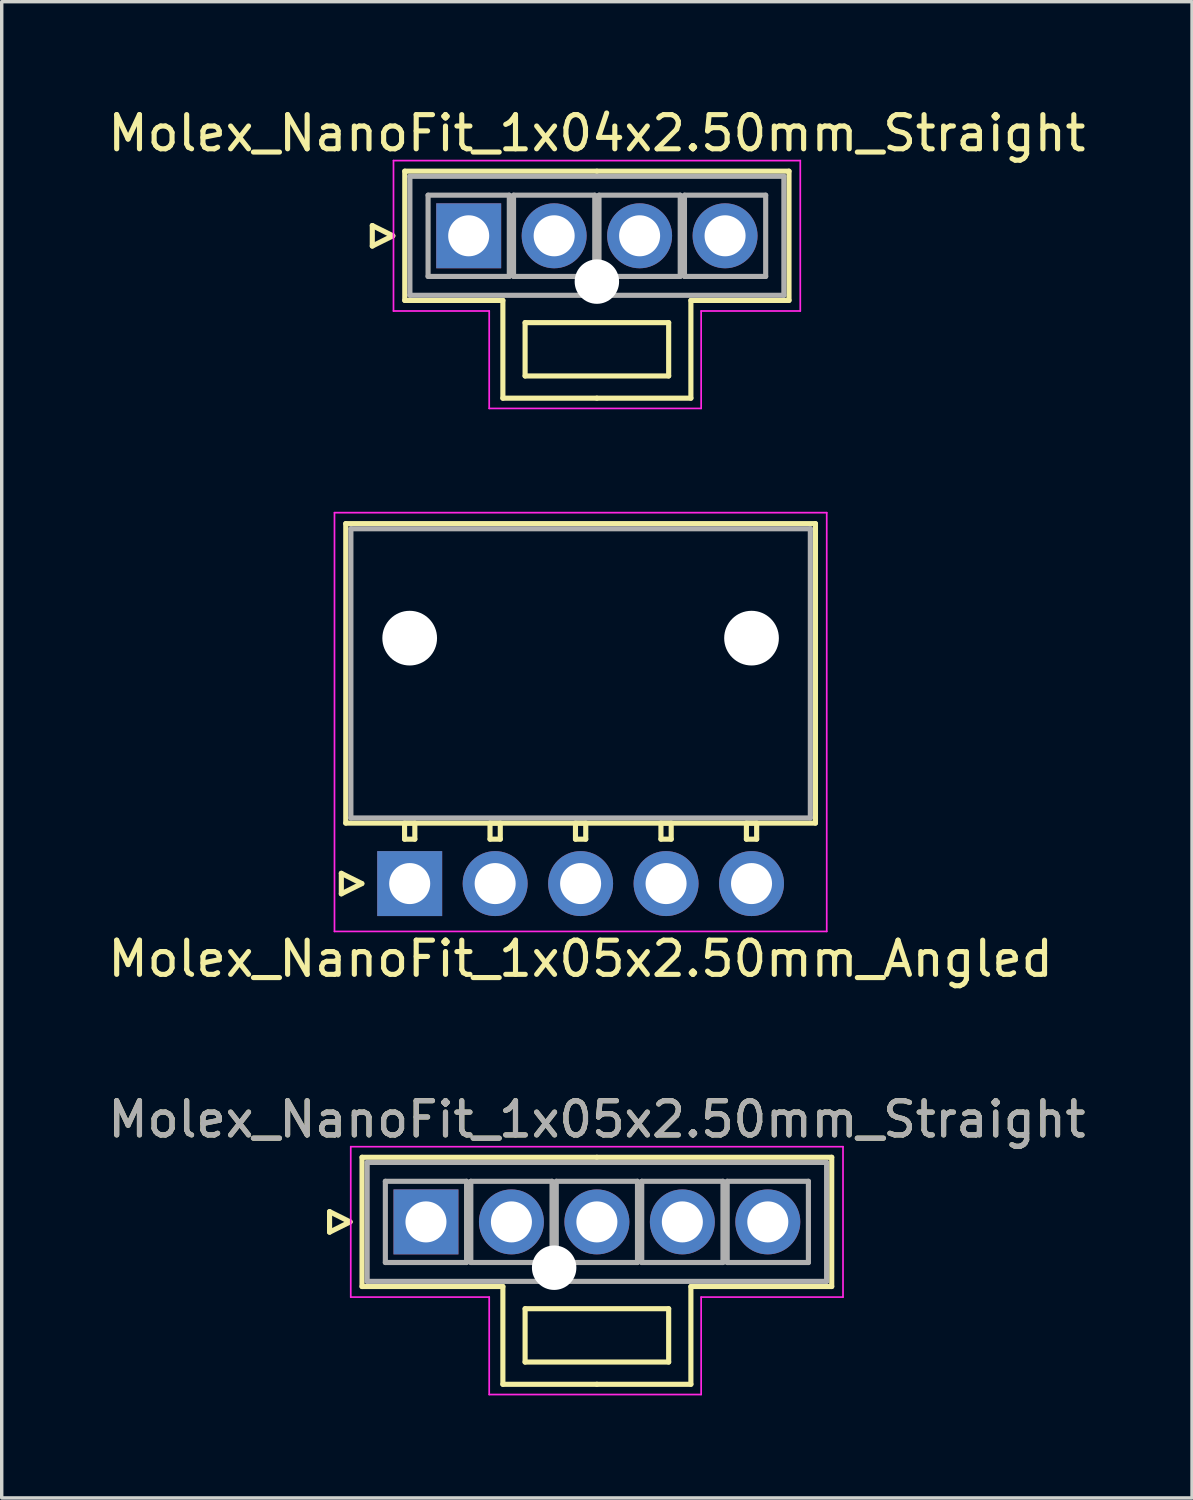
<source format=kicad_pcb>
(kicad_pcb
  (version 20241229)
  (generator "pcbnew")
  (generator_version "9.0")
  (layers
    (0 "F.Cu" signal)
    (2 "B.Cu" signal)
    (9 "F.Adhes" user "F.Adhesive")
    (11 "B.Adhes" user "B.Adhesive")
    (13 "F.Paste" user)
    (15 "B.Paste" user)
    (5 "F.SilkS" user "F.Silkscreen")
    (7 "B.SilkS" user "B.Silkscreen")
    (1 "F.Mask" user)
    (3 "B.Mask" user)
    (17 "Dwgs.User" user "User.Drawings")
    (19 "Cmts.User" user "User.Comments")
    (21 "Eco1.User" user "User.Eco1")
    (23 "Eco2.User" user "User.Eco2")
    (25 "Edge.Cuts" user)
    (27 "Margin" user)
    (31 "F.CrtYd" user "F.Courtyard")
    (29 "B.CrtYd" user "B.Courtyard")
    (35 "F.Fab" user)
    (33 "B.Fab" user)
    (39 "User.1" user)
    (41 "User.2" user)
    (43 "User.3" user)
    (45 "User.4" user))
  (footprint "Molex_NanoFit_1x05x2.50mm_Straight"
    (layer "F.Cu")
    (at 9.411 32.695)
    (property "Reference" "Molex_NanoFit_1x05x2.50mm_Straight" (at 5 -3 0) (layer "F.SilkS") (effects (font (size 1 1) (thickness 0.15))))
    (attr through_hole)
    (fp_line (start -2.82 -0.3) (end -2.22 0) (stroke (width 0.15) (type solid)) (layer "F.SilkS"))
    (fp_line (start -2.82 0.3) (end -2.82 -0.3) (stroke (width 0.15) (type solid)) (layer "F.SilkS"))
    (fp_line (start -2.22 0) (end -2.82 0.3) (stroke (width 0.15) (type solid)) (layer "F.SilkS"))
    (fp_line (start -1.87 -1.89) (end -1.87 1.89) (stroke (width 0.15) (type solid)) (layer "F.SilkS"))
    (fp_line (start -1.87 1.89) (end 2.25 1.89) (stroke (width 0.15) (type solid)) (layer "F.SilkS"))
    (fp_line (start 2.25 1.89) (end 2.25 4.75) (stroke (width 0.15) (type solid)) (layer "F.SilkS"))
    (fp_line (start 2.25 4.75) (end 5 4.75) (stroke (width 0.15) (type solid)) (layer "F.SilkS"))
    (fp_line (start 2.9 2.54) (end 2.9 4.1) (stroke (width 0.15) (type solid)) (layer "F.SilkS"))
    (fp_line (start 2.9 4.1) (end 7.1 4.1) (stroke (width 0.15) (type solid)) (layer "F.SilkS"))
    (fp_line (start 5 -1.89) (end -1.87 -1.89) (stroke (width 0.15) (type solid)) (layer "F.SilkS"))
    (fp_line (start 5 -1.89) (end 11.87 -1.89) (stroke (width 0.15) (type solid)) (layer "F.SilkS"))
    (fp_line (start 7.1 2.54) (end 2.9 2.54) (stroke (width 0.15) (type solid)) (layer "F.SilkS"))
    (fp_line (start 7.1 4.1) (end 7.1 2.54) (stroke (width 0.15) (type solid)) (layer "F.SilkS"))
    (fp_line (start 7.75 1.89) (end 7.75 4.75) (stroke (width 0.15) (type solid)) (layer "F.SilkS"))
    (fp_line (start 7.75 4.75) (end 5 4.75) (stroke (width 0.15) (type solid)) (layer "F.SilkS"))
    (fp_line (start 11.87 -1.89) (end 11.87 1.89) (stroke (width 0.15) (type solid)) (layer "F.SilkS"))
    (fp_line (start 11.87 1.89) (end 7.75 1.89) (stroke (width 0.15) (type solid)) (layer "F.SilkS"))
    (fp_line (start -2.2 -2.2) (end -2.2 2.2) (stroke (width 0.05) (type solid)) (layer "F.CrtYd"))
    (fp_line (start -2.2 2.2) (end 1.85 2.2) (stroke (width 0.05) (type solid)) (layer "F.CrtYd"))
    (fp_line (start 1.85 2.2) (end 1.85 5.05) (stroke (width 0.05) (type solid)) (layer "F.CrtYd"))
    (fp_line (start 1.85 5.05) (end 8.05 5.05) (stroke (width 0.05) (type solid)) (layer "F.CrtYd"))
    (fp_line (start 8.05 2.2) (end 12.2 2.2) (stroke (width 0.05) (type solid)) (layer "F.CrtYd"))
    (fp_line (start 8.05 5.05) (end 8.05 2.2) (stroke (width 0.05) (type solid)) (layer "F.CrtYd"))
    (fp_line (start 12.2 -2.2) (end -2.2 -2.2) (stroke (width 0.05) (type solid)) (layer "F.CrtYd"))
    (fp_line (start 12.2 2.2) (end 12.2 -2.2) (stroke (width 0.05) (type solid)) (layer "F.CrtYd"))
    (fp_line (start -1.72 -1.74) (end -1.72 1.74) (stroke (width 0.15) (type solid)) (layer "F.Fab"))
    (fp_line (start -1.72 1.74) (end 11.72 1.74) (stroke (width 0.15) (type solid)) (layer "F.Fab"))
    (fp_line (start -1.188 -1.188) (end -1.188 1.188) (stroke (width 0.15) (type solid)) (layer "F.Fab"))
    (fp_line (start -1.188 1.188) (end 1.188 1.188) (stroke (width 0.15) (type solid)) (layer "F.Fab"))
    (fp_line (start 1.188 -1.188) (end -1.188 -1.188) (stroke (width 0.15) (type solid)) (layer "F.Fab"))
    (fp_line (start 1.188 1.188) (end 1.188 -1.188) (stroke (width 0.15) (type solid)) (layer "F.Fab"))
    (fp_line (start 1.312 -1.188) (end 1.312 1.188) (stroke (width 0.15) (type solid)) (layer "F.Fab"))
    (fp_line (start 1.312 1.188) (end 3.688 1.188) (stroke (width 0.15) (type solid)) (layer "F.Fab"))
    (fp_line (start 3.688 -1.188) (end 1.312 -1.188) (stroke (width 0.15) (type solid)) (layer "F.Fab"))
    (fp_line (start 3.688 1.188) (end 3.688 -1.188) (stroke (width 0.15) (type solid)) (layer "F.Fab"))
    (fp_line (start 3.812 -1.188) (end 3.812 1.188) (stroke (width 0.15) (type solid)) (layer "F.Fab"))
    (fp_line (start 3.812 1.188) (end 6.188 1.188) (stroke (width 0.15) (type solid)) (layer "F.Fab"))
    (fp_line (start 6.188 -1.188) (end 3.812 -1.188) (stroke (width 0.15) (type solid)) (layer "F.Fab"))
    (fp_line (start 6.188 1.188) (end 6.188 -1.188) (stroke (width 0.15) (type solid)) (layer "F.Fab"))
    (fp_line (start 6.312 -1.188) (end 6.312 1.188) (stroke (width 0.15) (type solid)) (layer "F.Fab"))
    (fp_line (start 6.312 1.188) (end 8.688 1.188) (stroke (width 0.15) (type solid)) (layer "F.Fab"))
    (fp_line (start 8.688 -1.188) (end 6.312 -1.188) (stroke (width 0.15) (type solid)) (layer "F.Fab"))
    (fp_line (start 8.688 1.188) (end 8.688 -1.188) (stroke (width 0.15) (type solid)) (layer "F.Fab"))
    (fp_line (start 8.812 -1.188) (end 8.812 1.188) (stroke (width 0.15) (type solid)) (layer "F.Fab"))
    (fp_line (start 8.812 1.188) (end 11.188 1.188) (stroke (width 0.15) (type solid)) (layer "F.Fab"))
    (fp_line (start 11.188 -1.188) (end 8.812 -1.188) (stroke (width 0.15) (type solid)) (layer "F.Fab"))
    (fp_line (start 11.188 1.188) (end 11.188 -1.188) (stroke (width 0.15) (type solid)) (layer "F.Fab"))
    (fp_line (start 11.72 -1.74) (end -1.72 -1.74) (stroke (width 0.15) (type solid)) (layer "F.Fab"))
    (fp_line (start 11.72 1.74) (end 11.72 -1.74) (stroke (width 0.15) (type solid)) (layer "F.Fab"))
    (fp_text user "${REFERENCE}" (at 5 -3 0) (layer "F.Fab") (effects (font (size 1 1) (thickness 0.15))))
    (pad "" np_thru_hole circle (at 3.75 1.34) (size 1.3 1.3) (drill 1.3) (layers "*.Cu"))
    (pad "1" thru_hole rect (at 0 0) (size 1.9 1.9) (drill 1.2) (layers "*.Cu" "*.Mask"))
    (pad "2" thru_hole circle (at 2.5 0) (size 1.9 1.9) (drill 1.2) (layers "*.Cu" "*.Mask"))
    (pad "3" thru_hole circle (at 5 0) (size 1.9 1.9) (drill 1.2) (layers "*.Cu" "*.Mask"))
    (pad "4" thru_hole circle (at 7.5 0) (size 1.9 1.9) (drill 1.2) (layers "*.Cu" "*.Mask"))
    (pad "5" thru_hole circle (at 10 0) (size 1.9 1.9) (drill 1.2) (layers "*.Cu" "*.Mask")))
  (footprint "Molex_NanoFit_1x04x2.50mm_Straight"
    (layer "F.Cu")
    (at 10.661 3.848)
    (property "Reference" "Molex_NanoFit_1x04x2.50mm_Straight" (at 3.75 -3 0) (layer "F.SilkS") (effects (font (size 1 1) (thickness 0.15))))
    (attr through_hole)
    (fp_line (start -2.82 -0.3) (end -2.22 0) (stroke (width 0.15) (type solid)) (layer "F.SilkS"))
    (fp_line (start -2.82 0.3) (end -2.82 -0.3) (stroke (width 0.15) (type solid)) (layer "F.SilkS"))
    (fp_line (start -2.22 0) (end -2.82 0.3) (stroke (width 0.15) (type solid)) (layer "F.SilkS"))
    (fp_line (start -1.87 -1.89) (end -1.87 1.89) (stroke (width 0.15) (type solid)) (layer "F.SilkS"))
    (fp_line (start -1.87 1.89) (end 1 1.89) (stroke (width 0.15) (type solid)) (layer "F.SilkS"))
    (fp_line (start 1 1.89) (end 1 4.75) (stroke (width 0.15) (type solid)) (layer "F.SilkS"))
    (fp_line (start 1 4.75) (end 3.75 4.75) (stroke (width 0.15) (type solid)) (layer "F.SilkS"))
    (fp_line (start 1.65 2.54) (end 1.65 4.1) (stroke (width 0.15) (type solid)) (layer "F.SilkS"))
    (fp_line (start 1.65 4.1) (end 5.85 4.1) (stroke (width 0.15) (type solid)) (layer "F.SilkS"))
    (fp_line (start 3.75 -1.89) (end -1.87 -1.89) (stroke (width 0.15) (type solid)) (layer "F.SilkS"))
    (fp_line (start 3.75 -1.89) (end 9.37 -1.89) (stroke (width 0.15) (type solid)) (layer "F.SilkS"))
    (fp_line (start 5.85 2.54) (end 1.65 2.54) (stroke (width 0.15) (type solid)) (layer "F.SilkS"))
    (fp_line (start 5.85 4.1) (end 5.85 2.54) (stroke (width 0.15) (type solid)) (layer "F.SilkS"))
    (fp_line (start 6.5 1.89) (end 6.5 4.75) (stroke (width 0.15) (type solid)) (layer "F.SilkS"))
    (fp_line (start 6.5 4.75) (end 3.75 4.75) (stroke (width 0.15) (type solid)) (layer "F.SilkS"))
    (fp_line (start 9.37 -1.89) (end 9.37 1.89) (stroke (width 0.15) (type solid)) (layer "F.SilkS"))
    (fp_line (start 9.37 1.89) (end 6.5 1.89) (stroke (width 0.15) (type solid)) (layer "F.SilkS"))
    (fp_line (start -2.2 -2.2) (end -2.2 2.2) (stroke (width 0.05) (type solid)) (layer "F.CrtYd"))
    (fp_line (start -2.2 2.2) (end 0.6 2.2) (stroke (width 0.05) (type solid)) (layer "F.CrtYd"))
    (fp_line (start 0.6 2.2) (end 0.6 5.05) (stroke (width 0.05) (type solid)) (layer "F.CrtYd"))
    (fp_line (start 0.6 5.05) (end 6.8 5.05) (stroke (width 0.05) (type solid)) (layer "F.CrtYd"))
    (fp_line (start 6.8 2.2) (end 9.7 2.2) (stroke (width 0.05) (type solid)) (layer "F.CrtYd"))
    (fp_line (start 6.8 5.05) (end 6.8 2.2) (stroke (width 0.05) (type solid)) (layer "F.CrtYd"))
    (fp_line (start 9.7 -2.2) (end -2.2 -2.2) (stroke (width 0.05) (type solid)) (layer "F.CrtYd"))
    (fp_line (start 9.7 2.2) (end 9.7 -2.2) (stroke (width 0.05) (type solid)) (layer "F.CrtYd"))
    (fp_line (start -1.72 -1.74) (end -1.72 1.74) (stroke (width 0.15) (type solid)) (layer "F.Fab"))
    (fp_line (start -1.72 1.74) (end 9.22 1.74) (stroke (width 0.15) (type solid)) (layer "F.Fab"))
    (fp_line (start -1.188 -1.188) (end -1.188 1.188) (stroke (width 0.15) (type solid)) (layer "F.Fab"))
    (fp_line (start -1.188 1.188) (end 1.188 1.188) (stroke (width 0.15) (type solid)) (layer "F.Fab"))
    (fp_line (start 1.188 -1.188) (end -1.188 -1.188) (stroke (width 0.15) (type solid)) (layer "F.Fab"))
    (fp_line (start 1.188 1.188) (end 1.188 -1.188) (stroke (width 0.15) (type solid)) (layer "F.Fab"))
    (fp_line (start 1.312 -1.188) (end 1.312 1.188) (stroke (width 0.15) (type solid)) (layer "F.Fab"))
    (fp_line (start 1.312 1.188) (end 3.688 1.188) (stroke (width 0.15) (type solid)) (layer "F.Fab"))
    (fp_line (start 3.688 -1.188) (end 1.312 -1.188) (stroke (width 0.15) (type solid)) (layer "F.Fab"))
    (fp_line (start 3.688 1.188) (end 3.688 -1.188) (stroke (width 0.15) (type solid)) (layer "F.Fab"))
    (fp_line (start 3.812 -1.188) (end 3.812 1.188) (stroke (width 0.15) (type solid)) (layer "F.Fab"))
    (fp_line (start 3.812 1.188) (end 6.188 1.188) (stroke (width 0.15) (type solid)) (layer "F.Fab"))
    (fp_line (start 6.188 -1.188) (end 3.812 -1.188) (stroke (width 0.15) (type solid)) (layer "F.Fab"))
    (fp_line (start 6.188 1.188) (end 6.188 -1.188) (stroke (width 0.15) (type solid)) (layer "F.Fab"))
    (fp_line (start 6.312 -1.188) (end 6.312 1.188) (stroke (width 0.15) (type solid)) (layer "F.Fab"))
    (fp_line (start 6.312 1.188) (end 8.688 1.188) (stroke (width 0.15) (type solid)) (layer "F.Fab"))
    (fp_line (start 8.688 -1.188) (end 6.312 -1.188) (stroke (width 0.15) (type solid)) (layer "F.Fab"))
    (fp_line (start 8.688 1.188) (end 8.688 -1.188) (stroke (width 0.15) (type solid)) (layer "F.Fab"))
    (fp_line (start 9.22 -1.74) (end -1.72 -1.74) (stroke (width 0.15) (type solid)) (layer "F.Fab"))
    (fp_line (start 9.22 1.74) (end 9.22 -1.74) (stroke (width 0.15) (type solid)) (layer "F.Fab"))
    (pad "" np_thru_hole circle (at 3.75 1.34) (size 1.3 1.3) (drill 1.3) (layers "*.Cu"))
    (pad "1" thru_hole rect (at 0 0) (size 1.9 1.9) (drill 1.2) (layers "*.Cu" "*.Mask"))
    (pad "2" thru_hole circle (at 2.5 0) (size 1.9 1.9) (drill 1.2) (layers "*.Cu" "*.Mask"))
    (pad "3" thru_hole circle (at 5 0) (size 1.9 1.9) (drill 1.2) (layers "*.Cu" "*.Mask"))
    (pad "4" thru_hole circle (at 7.5 0) (size 1.9 1.9) (drill 1.2) (layers "*.Cu" "*.Mask")))
  (footprint "Molex_NanoFit_1x05x2.50mm_Angled"
    (layer "F.Cu")
    (at 8.935 22.798)
    (property "Reference" "Molex_NanoFit_1x05x2.50mm_Angled" (at 5 2.2 0) (layer "F.SilkS") (effects (font (size 1 1) (thickness 0.15))))
    (attr through_hole)
    (fp_line (start -2 -0.3) (end -1.4 0) (stroke (width 0.15) (type solid)) (layer "F.SilkS"))
    (fp_line (start -2 0.3) (end -2 -0.3) (stroke (width 0.15) (type solid)) (layer "F.SilkS"))
    (fp_line (start -1.87 -10.53) (end -1.87 -1.77) (stroke (width 0.15) (type solid)) (layer "F.SilkS"))
    (fp_line (start -1.87 -1.77) (end 11.87 -1.77) (stroke (width 0.15) (type solid)) (layer "F.SilkS"))
    (fp_line (start -1.4 0) (end -2 0.3) (stroke (width 0.15) (type solid)) (layer "F.SilkS"))
    (fp_line (start -0.15 -1.77) (end -0.15 -1.3) (stroke (width 0.15) (type solid)) (layer "F.SilkS"))
    (fp_line (start -0.15 -1.3) (end 0.15 -1.3) (stroke (width 0.15) (type solid)) (layer "F.SilkS"))
    (fp_line (start 0.15 -1.77) (end -0.15 -1.77) (stroke (width 0.15) (type solid)) (layer "F.SilkS"))
    (fp_line (start 0.15 -1.3) (end 0.15 -1.77) (stroke (width 0.15) (type solid)) (layer "F.SilkS"))
    (fp_line (start 2.35 -1.77) (end 2.35 -1.3) (stroke (width 0.15) (type solid)) (layer "F.SilkS"))
    (fp_line (start 2.35 -1.3) (end 2.65 -1.3) (stroke (width 0.15) (type solid)) (layer "F.SilkS"))
    (fp_line (start 2.65 -1.77) (end 2.35 -1.77) (stroke (width 0.15) (type solid)) (layer "F.SilkS"))
    (fp_line (start 2.65 -1.3) (end 2.65 -1.77) (stroke (width 0.15) (type solid)) (layer "F.SilkS"))
    (fp_line (start 4.85 -1.77) (end 4.85 -1.3) (stroke (width 0.15) (type solid)) (layer "F.SilkS"))
    (fp_line (start 4.85 -1.3) (end 5.15 -1.3) (stroke (width 0.15) (type solid)) (layer "F.SilkS"))
    (fp_line (start 5.15 -1.77) (end 4.85 -1.77) (stroke (width 0.15) (type solid)) (layer "F.SilkS"))
    (fp_line (start 5.15 -1.3) (end 5.15 -1.77) (stroke (width 0.15) (type solid)) (layer "F.SilkS"))
    (fp_line (start 7.35 -1.77) (end 7.35 -1.3) (stroke (width 0.15) (type solid)) (layer "F.SilkS"))
    (fp_line (start 7.35 -1.3) (end 7.65 -1.3) (stroke (width 0.15) (type solid)) (layer "F.SilkS"))
    (fp_line (start 7.65 -1.77) (end 7.35 -1.77) (stroke (width 0.15) (type solid)) (layer "F.SilkS"))
    (fp_line (start 7.65 -1.3) (end 7.65 -1.77) (stroke (width 0.15) (type solid)) (layer "F.SilkS"))
    (fp_line (start 9.85 -1.77) (end 9.85 -1.3) (stroke (width 0.15) (type solid)) (layer "F.SilkS"))
    (fp_line (start 9.85 -1.3) (end 10.15 -1.3) (stroke (width 0.15) (type solid)) (layer "F.SilkS"))
    (fp_line (start 10.15 -1.77) (end 9.85 -1.77) (stroke (width 0.15) (type solid)) (layer "F.SilkS"))
    (fp_line (start 10.15 -1.3) (end 10.15 -1.77) (stroke (width 0.15) (type solid)) (layer "F.SilkS"))
    (fp_line (start 11.87 -10.53) (end -1.87 -10.53) (stroke (width 0.15) (type solid)) (layer "F.SilkS"))
    (fp_line (start 11.87 -1.77) (end 11.87 -10.53) (stroke (width 0.15) (type solid)) (layer "F.SilkS"))
    (fp_line (start -2.2 -10.85) (end -2.2 1.4) (stroke (width 0.05) (type solid)) (layer "F.CrtYd"))
    (fp_line (start -2.2 1.4) (end 12.2 1.4) (stroke (width 0.05) (type solid)) (layer "F.CrtYd"))
    (fp_line (start 12.2 -10.85) (end -2.2 -10.85) (stroke (width 0.05) (type solid)) (layer "F.CrtYd"))
    (fp_line (start 12.2 1.4) (end 12.2 -10.85) (stroke (width 0.05) (type solid)) (layer "F.CrtYd"))
    (fp_line (start -1.72 -10.38) (end -1.72 -1.92) (stroke (width 0.15) (type solid)) (layer "F.Fab"))
    (fp_line (start -1.72 -1.92) (end 11.72 -1.92) (stroke (width 0.15) (type solid)) (layer "F.Fab"))
    (fp_line (start 11.72 -10.38) (end -1.72 -10.38) (stroke (width 0.15) (type solid)) (layer "F.Fab"))
    (fp_line (start 11.72 -1.92) (end 11.72 -10.38) (stroke (width 0.15) (type solid)) (layer "F.Fab"))
    (pad "" np_thru_hole circle (at 0 -7.18) (size 1.6 1.6) (drill 1.6) (layers "*.Cu"))
    (pad "" np_thru_hole circle (at 10 -7.18) (size 1.6 1.6) (drill 1.6) (layers "*.Cu"))
    (pad "1" thru_hole rect (at 0 0) (size 1.9 1.9) (drill 1.2) (layers "*.Cu" "*.Mask"))
    (pad "2" thru_hole circle (at 2.5 0) (size 1.9 1.9) (drill 1.2) (layers "*.Cu" "*.Mask"))
    (pad "3" thru_hole circle (at 5 0) (size 1.9 1.9) (drill 1.2) (layers "*.Cu" "*.Mask"))
    (pad "4" thru_hole circle (at 7.5 0) (size 1.9 1.9) (drill 1.2) (layers "*.Cu" "*.Mask"))
    (pad "5" thru_hole circle (at 10 0) (size 1.9 1.9) (drill 1.2) (layers "*.Cu" "*.Mask")))
  (gr_rect
    (start -3 -3)
    (end 31.821 40.77)
    (stroke (width 0.1) (type default))
    (fill no)
    (layer "Edge.Cuts")))
</source>
